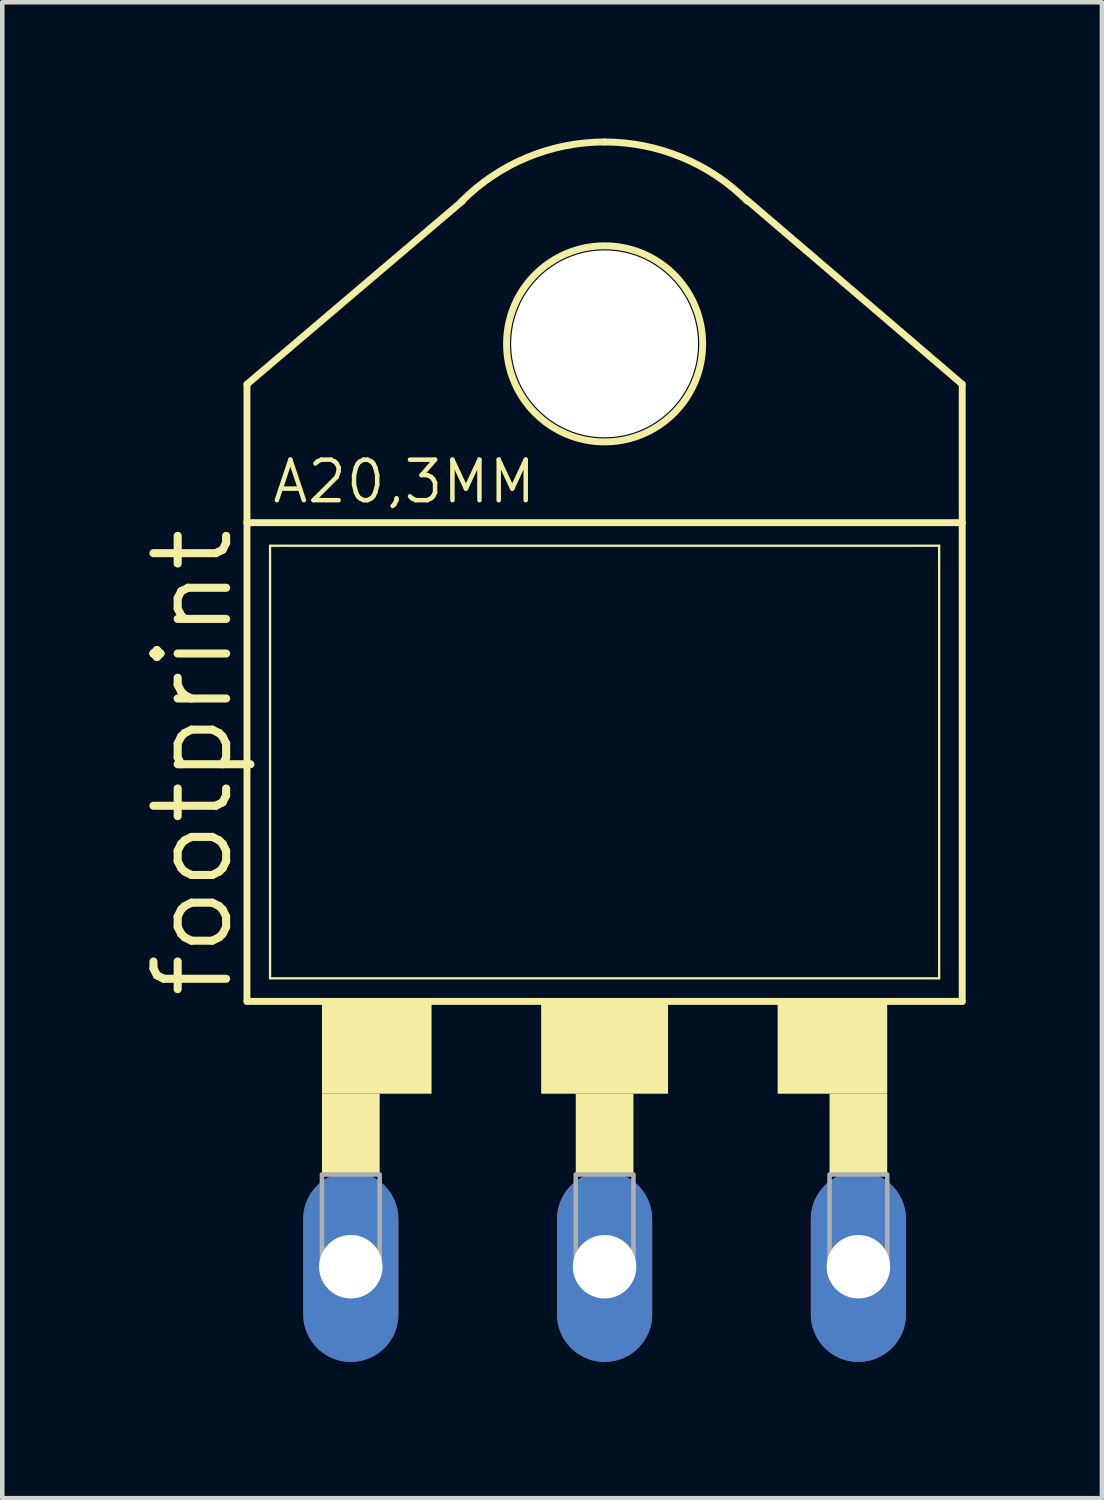
<source format=kicad_pcb>
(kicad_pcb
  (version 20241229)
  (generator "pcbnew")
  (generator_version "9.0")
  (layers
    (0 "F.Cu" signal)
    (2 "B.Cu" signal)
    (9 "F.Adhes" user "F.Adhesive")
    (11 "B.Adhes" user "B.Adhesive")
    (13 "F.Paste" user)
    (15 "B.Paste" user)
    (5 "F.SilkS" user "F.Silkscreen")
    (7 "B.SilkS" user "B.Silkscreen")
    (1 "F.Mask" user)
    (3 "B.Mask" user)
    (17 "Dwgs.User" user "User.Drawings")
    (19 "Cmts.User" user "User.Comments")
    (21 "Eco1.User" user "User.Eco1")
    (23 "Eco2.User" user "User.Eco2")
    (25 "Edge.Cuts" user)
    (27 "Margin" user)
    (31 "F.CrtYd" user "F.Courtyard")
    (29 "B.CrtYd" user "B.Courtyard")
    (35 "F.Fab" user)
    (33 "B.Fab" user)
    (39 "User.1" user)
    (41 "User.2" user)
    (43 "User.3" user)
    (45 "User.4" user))
  (footprint "footprint"
    (layer "F.Cu")
    (at 10.262 17.221)
    (property "Reference" "footprint" (at -8.128 1.778 90) (layer "F.SilkS") (effects (font (size 1.6 1.6) (thickness 0.178)) (justify left bottom)))
    (fp_line (start -7.874 -11.811) (end -3.124 -15.85) (stroke (width 0.152) (type solid)) (layer "F.SilkS"))
    (fp_line (start -7.874 -8.763) (end -7.874 -11.811) (stroke (width 0.152) (type solid)) (layer "F.SilkS"))
    (fp_line (start -7.874 1.778) (end -7.874 -8.763) (stroke (width 0.152) (type solid)) (layer "F.SilkS"))
    (fp_line (start -7.874 1.778) (end 7.874 1.778) (stroke (width 0.152) (type solid)) (layer "F.SilkS"))
    (fp_line (start -7.366 1.27) (end -7.366 -8.255) (stroke (width 0.051) (type solid)) (layer "F.SilkS"))
    (fp_line (start -7.366 1.27) (end 7.366 1.27) (stroke (width 0.051) (type solid)) (layer "F.SilkS"))
    (fp_line (start 7.366 -8.255) (end -7.366 -8.255) (stroke (width 0.051) (type solid)) (layer "F.SilkS"))
    (fp_line (start 7.366 -8.255) (end 7.366 1.27) (stroke (width 0.051) (type solid)) (layer "F.SilkS"))
    (fp_line (start 7.874 -11.811) (end 3.124 -15.875) (stroke (width 0.152) (type solid)) (layer "F.SilkS"))
    (fp_line (start 7.874 -8.763) (end -7.874 -8.763) (stroke (width 0.152) (type solid)) (layer "F.SilkS"))
    (fp_line (start 7.874 -8.763) (end 7.874 -11.811) (stroke (width 0.152) (type solid)) (layer "F.SilkS"))
    (fp_line (start 7.874 -8.763) (end 7.874 1.778) (stroke (width 0.152) (type solid)) (layer "F.SilkS"))
    (fp_arc (start -3.1431 -15.8431) (mid -1.701032 -16.806652) (end 0.000001 -17.145) (stroke (width 0.1524) (type solid)) (layer "F.SilkS"))
    (fp_arc (start 0 -17.145) (mid 1.701032 -16.806651) (end 3.1431 -15.843099) (stroke (width 0.1524) (type solid)) (layer "F.SilkS"))
    (fp_circle (center 0 -12.7) (end 2.159 -12.7) (stroke (width 0.152) (type solid)) (fill no) (layer "F.SilkS"))
    (fp_poly (pts (xy -6.223 3.81) (xy -3.81 3.81) (xy -3.81 1.778) (xy -6.223 1.778)) (stroke (width 0) (type solid)) (fill yes) (layer "F.SilkS"))
    (fp_poly (pts (xy -6.223 5.588) (xy -4.953 5.588) (xy -4.953 3.81) (xy -6.223 3.81)) (stroke (width 0) (type solid)) (fill yes) (layer "F.SilkS"))
    (fp_poly (pts (xy -1.397 3.81) (xy 1.397 3.81) (xy 1.397 1.778) (xy -1.397 1.778)) (stroke (width 0) (type solid)) (fill yes) (layer "F.SilkS"))
    (fp_poly (pts (xy -0.635 5.588) (xy 0.635 5.588) (xy 0.635 3.81) (xy -0.635 3.81)) (stroke (width 0) (type solid)) (fill yes) (layer "F.SilkS"))
    (fp_poly (pts (xy 3.81 3.81) (xy 6.223 3.81) (xy 6.223 1.778) (xy 3.81 1.778)) (stroke (width 0) (type solid)) (fill yes) (layer "F.SilkS"))
    (fp_poly (pts (xy 4.953 5.588) (xy 6.223 5.588) (xy 6.223 3.81) (xy 4.953 3.81)) (stroke (width 0) (type solid)) (fill yes) (layer "F.SilkS"))
    (fp_poly (pts (xy -6.223 7.493) (xy -4.953 7.493) (xy -4.953 5.588) (xy -6.223 5.588)) (stroke (width 0.1) (type solid)) (fill no) (layer "F.Fab"))
    (fp_poly (pts (xy -0.635 7.493) (xy 0.635 7.493) (xy 0.635 5.588) (xy -0.635 5.588)) (stroke (width 0.1) (type solid)) (fill no) (layer "F.Fab"))
    (fp_poly (pts (xy 4.953 7.493) (xy 6.223 7.493) (xy 6.223 5.588) (xy 4.953 5.588)) (stroke (width 0.1) (type solid)) (fill no) (layer "F.Fab"))
    (fp_text user "A20,3MM" (at -7.366 -9.144 0) (layer "F.SilkS") (effects (font (size 0.892 0.892) (thickness 0.099)) (justify left bottom)))
    (pad "" np_thru_hole circle (at 0 -12.7) (size 4.115 4.115) (drill 4.115) (layers "*.Cu" "*.Mask"))
    (pad "A1" thru_hole oval (at -5.588 7.62 90) (size 4.191 2.095) (drill 1.397) (layers "*.Cu" "*.Mask"))
    (pad "A2" thru_hole oval (at 5.588 7.62 90) (size 4.191 2.095) (drill 1.397) (layers "*.Cu" "*.Mask"))
    (pad "C" thru_hole oval (at 0 7.62 90) (size 4.191 2.095) (drill 1.397) (layers "*.Cu" "*.Mask"))
    (zone (net_name "") (layers "F.Cu" "B.Cu") (hatch edge 0.508) (connect_pads) (min_thickness 0.254) (filled_areas_thickness no) (keepout (tracks allowed) (vias not_allowed) (pads allowed) (copperpour allowed) (footprints allowed)) (placement (enabled no)) (fill) (polygon (pts (xy 14.072 4.521) (xy 14.014 3.86) (xy 13.842 3.218) (xy 13.561 2.616) (xy 13.18 2.072) (xy 12.711 1.603) (xy 12.167 1.222) (xy 11.565 0.941) (xy 10.923 0.769) (xy 10.262 0.711) (xy 9.6 0.769) (xy 8.959 0.941) (xy 8.357 1.222) (xy 7.813 1.603) (xy 7.343 2.072) (xy 6.962 2.616) (xy 6.681 3.218) (xy 6.509 3.86) (xy 6.452 4.521) (xy 6.509 5.183) (xy 6.681 5.824) (xy 6.962 6.426) (xy 7.343 6.97) (xy 7.813 7.44) (xy 8.357 7.821) (xy 8.959 8.101) (xy 9.6 8.273) (xy 10.262 8.331) (xy 10.923 8.273) (xy 11.565 8.101) (xy 12.167 7.821) (xy 12.711 7.44) (xy 13.18 6.97) (xy 13.561 6.426) (xy 13.842 5.824) (xy 14.014 5.183))))
    (zone (net_name "") (layer "B.Cu") (hatch edge 0.508) (connect_pads) (min_thickness 0.254) (filled_areas_thickness no) (keepout (tracks not_allowed) (vias not_allowed) (pads not_allowed) (copperpour not_allowed) (footprints allowed)) (placement (enabled no)) (fill) (polygon (pts (xy 14.072 4.521) (xy 14.014 3.86) (xy 13.842 3.218) (xy 13.561 2.616) (xy 13.18 2.072) (xy 12.711 1.603) (xy 12.167 1.222) (xy 11.565 0.941) (xy 10.923 0.769) (xy 10.262 0.711) (xy 9.6 0.769) (xy 8.959 0.941) (xy 8.357 1.222) (xy 7.813 1.603) (xy 7.343 2.072) (xy 6.962 2.616) (xy 6.681 3.218) (xy 6.509 3.86) (xy 6.452 4.521) (xy 6.509 5.183) (xy 6.681 5.824) (xy 6.962 6.426) (xy 7.343 6.97) (xy 7.813 7.44) (xy 8.357 7.821) (xy 8.959 8.101) (xy 9.6 8.273) (xy 10.262 8.331) (xy 10.923 8.273) (xy 11.565 8.101) (xy 12.167 7.821) (xy 12.711 7.44) (xy 13.18 6.97) (xy 13.561 6.426) (xy 13.842 5.824) (xy 14.014 5.183)))))
  (gr_rect
    (start -3 -3)
    (end 21.212 29.937)
    (stroke (width 0.1) (type default))
    (fill no)
    (layer "Edge.Cuts")))
</source>
